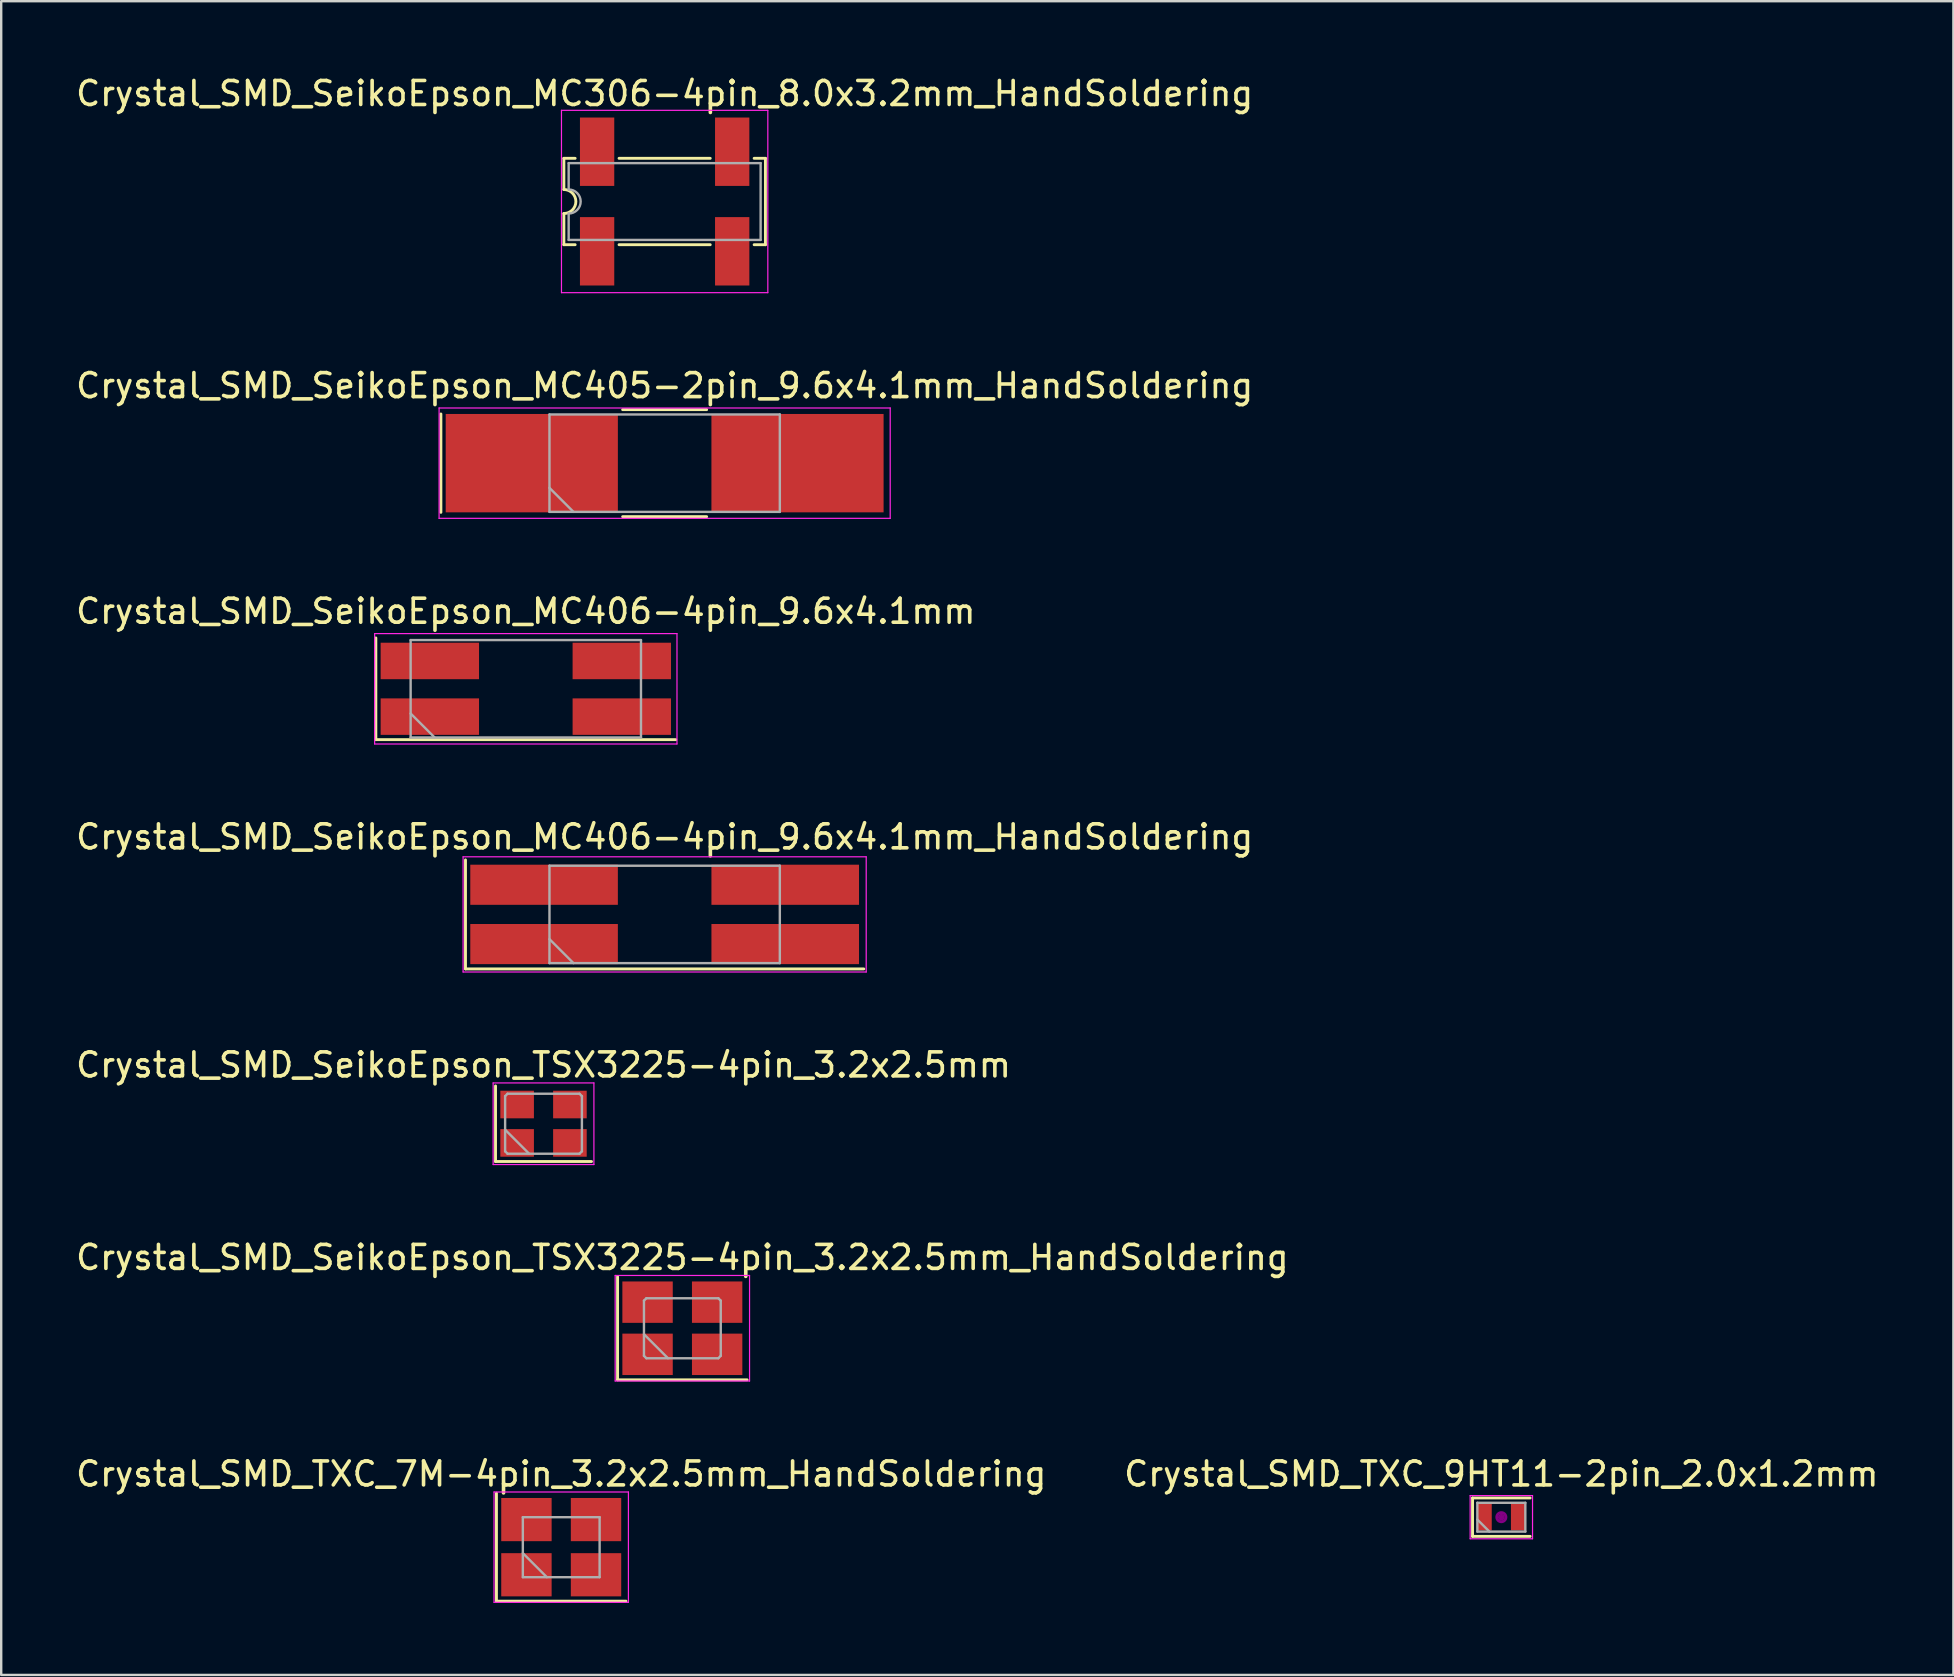
<source format=kicad_pcb>
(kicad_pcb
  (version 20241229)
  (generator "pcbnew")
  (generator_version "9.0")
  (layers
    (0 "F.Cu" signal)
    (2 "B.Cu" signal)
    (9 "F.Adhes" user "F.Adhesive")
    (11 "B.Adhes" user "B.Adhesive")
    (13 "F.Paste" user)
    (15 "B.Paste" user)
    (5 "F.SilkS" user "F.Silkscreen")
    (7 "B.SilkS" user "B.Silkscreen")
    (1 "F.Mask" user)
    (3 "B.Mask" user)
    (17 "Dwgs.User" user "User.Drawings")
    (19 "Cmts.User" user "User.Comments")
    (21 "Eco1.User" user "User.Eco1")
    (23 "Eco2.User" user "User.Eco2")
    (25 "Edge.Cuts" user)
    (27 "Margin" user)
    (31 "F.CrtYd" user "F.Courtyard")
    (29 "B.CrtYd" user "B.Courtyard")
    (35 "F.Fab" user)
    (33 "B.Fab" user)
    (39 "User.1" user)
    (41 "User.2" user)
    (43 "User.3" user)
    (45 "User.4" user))
  (footprint "Crystal_SMD_SeikoEpson_MC406-4pin_9.6x4.1mm"
    (layer "F.Cu")
    (at 18.863 25.655)
    (property "Reference" "Crystal_SMD_SeikoEpson_MC406-4pin_9.6x4.1mm" (at 0 -3.23 0) (layer "F.SilkS") (effects (font (size 1 1) (thickness 0.15))))
    (attr smd)
    (fp_line (start -6.25 -2.12) (end -6.25 2.12) (stroke (width 0.12) (type solid)) (layer "F.SilkS"))
    (fp_line (start -6.25 2.12) (end 6.25 2.12) (stroke (width 0.12) (type solid)) (layer "F.SilkS"))
    (fp_line (start -6.3 -2.3) (end -6.3 2.3) (stroke (width 0.05) (type solid)) (layer "F.CrtYd"))
    (fp_line (start -6.3 2.3) (end 6.3 2.3) (stroke (width 0.05) (type solid)) (layer "F.CrtYd"))
    (fp_line (start 6.3 -2.3) (end -6.3 -2.3) (stroke (width 0.05) (type solid)) (layer "F.CrtYd"))
    (fp_line (start 6.3 2.3) (end 6.3 -2.3) (stroke (width 0.05) (type solid)) (layer "F.CrtYd"))
    (fp_line (start -4.8 -2.03) (end -4.8 2.03) (stroke (width 0.1) (type solid)) (layer "F.Fab"))
    (fp_line (start -4.8 1.03) (end -3.8 2.03) (stroke (width 0.1) (type solid)) (layer "F.Fab"))
    (fp_line (start -4.8 2.03) (end 4.8 2.03) (stroke (width 0.1) (type solid)) (layer "F.Fab"))
    (fp_line (start 4.8 -2.03) (end -4.8 -2.03) (stroke (width 0.1) (type solid)) (layer "F.Fab"))
    (fp_line (start 4.8 2.03) (end 4.8 -2.03) (stroke (width 0.1) (type solid)) (layer "F.Fab"))
    (pad "1" smd rect (at -4 1.16) (size 4.1 1.52) (layers "F.Cu" "F.Mask"))
    (pad "2" smd rect (at 4 1.16) (size 4.1 1.52) (layers "F.Cu" "F.Mask"))
    (pad "3" smd rect (at 4 -1.16) (size 4.1 1.52) (layers "F.Cu" "F.Mask"))
    (pad "4" smd rect (at -4 -1.16) (size 4.1 1.52) (layers "F.Cu" "F.Mask")))
  (footprint "Crystal_SMD_TXC_7M-4pin_3.2x2.5mm_HandSoldering"
    (layer "F.Cu")
    (at 20.339 61.428)
    (property "Reference" "Crystal_SMD_TXC_7M-4pin_3.2x2.5mm_HandSoldering" (at 0 -3.05 0) (layer "F.SilkS") (effects (font (size 1 1) (thickness 0.15))))
    (attr smd)
    (fp_line (start -2.7 -2.25) (end -2.7 2.25) (stroke (width 0.12) (type solid)) (layer "F.SilkS"))
    (fp_line (start -2.7 2.25) (end 2.7 2.25) (stroke (width 0.12) (type solid)) (layer "F.SilkS"))
    (fp_line (start -2.8 -2.3) (end -2.8 2.3) (stroke (width 0.05) (type solid)) (layer "F.CrtYd"))
    (fp_line (start -2.8 2.3) (end 2.8 2.3) (stroke (width 0.05) (type solid)) (layer "F.CrtYd"))
    (fp_line (start 2.8 -2.3) (end -2.8 -2.3) (stroke (width 0.05) (type solid)) (layer "F.CrtYd"))
    (fp_line (start 2.8 2.3) (end 2.8 -2.3) (stroke (width 0.05) (type solid)) (layer "F.CrtYd"))
    (fp_line (start -1.6 -1.25) (end -1.6 1.25) (stroke (width 0.1) (type solid)) (layer "F.Fab"))
    (fp_line (start -1.6 0.25) (end -0.6 1.25) (stroke (width 0.1) (type solid)) (layer "F.Fab"))
    (fp_line (start -1.6 1.25) (end 1.6 1.25) (stroke (width 0.1) (type solid)) (layer "F.Fab"))
    (fp_line (start 1.6 -1.25) (end -1.6 -1.25) (stroke (width 0.1) (type solid)) (layer "F.Fab"))
    (fp_line (start 1.6 1.25) (end 1.6 -1.25) (stroke (width 0.1) (type solid)) (layer "F.Fab"))
    (pad "1" smd rect (at -1.45 1.15) (size 2.1 1.8) (layers "F.Cu" "F.Mask"))
    (pad "2" smd rect (at 1.45 1.15) (size 2.1 1.8) (layers "F.Cu" "F.Mask"))
    (pad "3" smd rect (at 1.45 -1.15) (size 2.1 1.8) (layers "F.Cu" "F.Mask"))
    (pad "4" smd rect (at -1.45 -1.15) (size 2.1 1.8) (layers "F.Cu" "F.Mask")))
  (footprint "Crystal_SMD_SeikoEpson_TSX3225-4pin_3.2x2.5mm"
    (layer "F.Cu")
    (at 19.601 43.781)
    (property "Reference" "Crystal_SMD_SeikoEpson_TSX3225-4pin_3.2x2.5mm" (at 0 -2.45 0) (layer "F.SilkS") (effects (font (size 1 1) (thickness 0.15))))
    (attr smd)
    (fp_line (start -2 -1.575) (end -2 1.575) (stroke (width 0.12) (type solid)) (layer "F.SilkS"))
    (fp_line (start -2 1.575) (end 2 1.575) (stroke (width 0.12) (type solid)) (layer "F.SilkS"))
    (fp_line (start -2.1 -1.7) (end -2.1 1.7) (stroke (width 0.05) (type solid)) (layer "F.CrtYd"))
    (fp_line (start -2.1 1.7) (end 2.1 1.7) (stroke (width 0.05) (type solid)) (layer "F.CrtYd"))
    (fp_line (start 2.1 -1.7) (end -2.1 -1.7) (stroke (width 0.05) (type solid)) (layer "F.CrtYd"))
    (fp_line (start 2.1 1.7) (end 2.1 -1.7) (stroke (width 0.05) (type solid)) (layer "F.CrtYd"))
    (fp_line (start -1.6 -1.15) (end -1.5 -1.25) (stroke (width 0.1) (type solid)) (layer "F.Fab"))
    (fp_line (start -1.6 0.25) (end -0.6 1.25) (stroke (width 0.1) (type solid)) (layer "F.Fab"))
    (fp_line (start -1.6 1.15) (end -1.6 -1.15) (stroke (width 0.1) (type solid)) (layer "F.Fab"))
    (fp_line (start -1.5 -1.25) (end 1.5 -1.25) (stroke (width 0.1) (type solid)) (layer "F.Fab"))
    (fp_line (start -1.5 1.25) (end -1.6 1.15) (stroke (width 0.1) (type solid)) (layer "F.Fab"))
    (fp_line (start 1.5 -1.25) (end 1.6 -1.15) (stroke (width 0.1) (type solid)) (layer "F.Fab"))
    (fp_line (start 1.5 1.25) (end -1.5 1.25) (stroke (width 0.1) (type solid)) (layer "F.Fab"))
    (fp_line (start 1.6 -1.15) (end 1.6 1.15) (stroke (width 0.1) (type solid)) (layer "F.Fab"))
    (fp_line (start 1.6 1.15) (end 1.5 1.25) (stroke (width 0.1) (type solid)) (layer "F.Fab"))
    (pad "1" smd rect (at -1.1 0.8) (size 1.4 1.15) (layers "F.Cu" "F.Mask"))
    (pad "2" smd rect (at 1.1 0.8) (size 1.4 1.15) (layers "F.Cu" "F.Mask"))
    (pad "3" smd rect (at 1.1 -0.8) (size 1.4 1.15) (layers "F.Cu" "F.Mask"))
    (pad "4" smd rect (at -1.1 -0.8) (size 1.4 1.15) (layers "F.Cu" "F.Mask")))
  (footprint "Crystal_SMD_SeikoEpson_MC405-2pin_9.6x4.1mm_HandSoldering"
    (layer "F.Cu")
    (at 24.649 16.252)
    (property "Reference" "Crystal_SMD_SeikoEpson_MC405-2pin_9.6x4.1mm_HandSoldering" (at 0 -3.23 0) (layer "F.SilkS") (effects (font (size 1 1) (thickness 0.15))))
    (attr smd)
    (fp_line (start -9.325 -2.05) (end -9.325 2.05) (stroke (width 0.12) (type solid)) (layer "F.SilkS"))
    (fp_line (start -1.75 -2.23) (end 1.75 -2.23) (stroke (width 0.12) (type solid)) (layer "F.SilkS"))
    (fp_line (start -1.75 2.23) (end 1.75 2.23) (stroke (width 0.12) (type solid)) (layer "F.SilkS"))
    (fp_line (start -9.4 -2.3) (end -9.4 2.3) (stroke (width 0.05) (type solid)) (layer "F.CrtYd"))
    (fp_line (start -9.4 2.3) (end 9.4 2.3) (stroke (width 0.05) (type solid)) (layer "F.CrtYd"))
    (fp_line (start 9.4 -2.3) (end -9.4 -2.3) (stroke (width 0.05) (type solid)) (layer "F.CrtYd"))
    (fp_line (start 9.4 2.3) (end 9.4 -2.3) (stroke (width 0.05) (type solid)) (layer "F.CrtYd"))
    (fp_line (start -4.8 -2.03) (end -4.8 2.03) (stroke (width 0.1) (type solid)) (layer "F.Fab"))
    (fp_line (start -4.8 1.03) (end -3.8 2.03) (stroke (width 0.1) (type solid)) (layer "F.Fab"))
    (fp_line (start -4.8 2.03) (end 4.8 2.03) (stroke (width 0.1) (type solid)) (layer "F.Fab"))
    (fp_line (start 4.8 -2.03) (end -4.8 -2.03) (stroke (width 0.1) (type solid)) (layer "F.Fab"))
    (fp_line (start 4.8 2.03) (end 4.8 -2.03) (stroke (width 0.1) (type solid)) (layer "F.Fab"))
    (pad "1" smd rect (at -5.537 0) (size 7.175 4.1) (layers "F.Cu" "F.Mask"))
    (pad "2" smd rect (at 5.537 0) (size 7.175 4.1) (layers "F.Cu" "F.Mask")))
  (footprint "Crystal_SMD_SeikoEpson_MC406-4pin_9.6x4.1mm_HandSoldering"
    (layer "F.Cu")
    (at 24.649 35.058)
    (property "Reference" "Crystal_SMD_SeikoEpson_MC406-4pin_9.6x4.1mm_HandSoldering" (at 0 -3.23 0) (layer "F.SilkS") (effects (font (size 1 1) (thickness 0.15))))
    (attr smd)
    (fp_line (start -8.3 -2.272) (end -8.3 2.272) (stroke (width 0.12) (type solid)) (layer "F.SilkS"))
    (fp_line (start -8.3 2.272) (end 8.3 2.272) (stroke (width 0.12) (type solid)) (layer "F.SilkS"))
    (fp_line (start -8.4 -2.4) (end -8.4 2.4) (stroke (width 0.05) (type solid)) (layer "F.CrtYd"))
    (fp_line (start -8.4 2.4) (end 8.4 2.4) (stroke (width 0.05) (type solid)) (layer "F.CrtYd"))
    (fp_line (start 8.4 -2.4) (end -8.4 -2.4) (stroke (width 0.05) (type solid)) (layer "F.CrtYd"))
    (fp_line (start 8.4 2.4) (end 8.4 -2.4) (stroke (width 0.05) (type solid)) (layer "F.CrtYd"))
    (fp_line (start -4.8 -2.03) (end -4.8 2.03) (stroke (width 0.1) (type solid)) (layer "F.Fab"))
    (fp_line (start -4.8 1.03) (end -3.8 2.03) (stroke (width 0.1) (type solid)) (layer "F.Fab"))
    (fp_line (start -4.8 2.03) (end 4.8 2.03) (stroke (width 0.1) (type solid)) (layer "F.Fab"))
    (fp_line (start 4.8 -2.03) (end -4.8 -2.03) (stroke (width 0.1) (type solid)) (layer "F.Fab"))
    (fp_line (start 4.8 2.03) (end 4.8 -2.03) (stroke (width 0.1) (type solid)) (layer "F.Fab"))
    (pad "1" smd rect (at -5.025 1.236) (size 6.15 1.672) (layers "F.Cu" "F.Mask"))
    (pad "2" smd rect (at 5.025 1.236) (size 6.15 1.672) (layers "F.Cu" "F.Mask"))
    (pad "3" smd rect (at 5.025 -1.236) (size 6.15 1.672) (layers "F.Cu" "F.Mask"))
    (pad "4" smd rect (at -5.025 -1.236) (size 6.15 1.672) (layers "F.Cu" "F.Mask")))
  (footprint "Crystal_SMD_TXC_9HT11-2pin_2.0x1.2mm"
    (layer "F.Cu")
    (at 59.518 60.178)
    (property "Reference" "Crystal_SMD_TXC_9HT11-2pin_2.0x1.2mm" (at 0 -1.8 0) (layer "F.SilkS") (effects (font (size 1 1) (thickness 0.15))))
    (attr smd)
    (fp_line (start -1.2 -0.8) (end -1.2 0.8) (stroke (width 0.12) (type solid)) (layer "F.SilkS"))
    (fp_line (start -1.2 0.8) (end 1.2 0.8) (stroke (width 0.12) (type solid)) (layer "F.SilkS"))
    (fp_line (start 1.2 -0.8) (end -1.2 -0.8) (stroke (width 0.12) (type solid)) (layer "F.SilkS"))
    (fp_circle (center 0 0) (end 0.047 0) (stroke (width 0.093) (type solid)) (fill no) (layer "F.Adhes"))
    (fp_circle (center 0 0) (end 0.107 0) (stroke (width 0.067) (type solid)) (fill no) (layer "F.Adhes"))
    (fp_circle (center 0 0) (end 0.167 0) (stroke (width 0.067) (type solid)) (fill no) (layer "F.Adhes"))
    (fp_circle (center 0 0) (end 0.2 0) (stroke (width 0.1) (type solid)) (fill no) (layer "F.Adhes"))
    (fp_line (start -1.3 -0.9) (end -1.3 0.9) (stroke (width 0.05) (type solid)) (layer "F.CrtYd"))
    (fp_line (start -1.3 0.9) (end 1.3 0.9) (stroke (width 0.05) (type solid)) (layer "F.CrtYd"))
    (fp_line (start 1.3 -0.9) (end -1.3 -0.9) (stroke (width 0.05) (type solid)) (layer "F.CrtYd"))
    (fp_line (start 1.3 0.9) (end 1.3 -0.9) (stroke (width 0.05) (type solid)) (layer "F.CrtYd"))
    (fp_line (start -1 -0.6) (end -1 0.6) (stroke (width 0.1) (type solid)) (layer "F.Fab"))
    (fp_line (start -1 0.1) (end -0.5 0.6) (stroke (width 0.1) (type solid)) (layer "F.Fab"))
    (fp_line (start -1 0.6) (end 1 0.6) (stroke (width 0.1) (type solid)) (layer "F.Fab"))
    (fp_line (start 1 -0.6) (end -1 -0.6) (stroke (width 0.1) (type solid)) (layer "F.Fab"))
    (fp_line (start 1 0.6) (end 1 -0.6) (stroke (width 0.1) (type solid)) (layer "F.Fab"))
    (pad "1" smd rect (at -0.7 0) (size 0.6 1.1) (layers "F.Cu" "F.Mask"))
    (pad "2" smd rect (at 0.7 0) (size 0.6 1.1) (layers "F.Cu" "F.Mask")))
  (footprint "Crystal_SMD_SeikoEpson_MC306-4pin_8.0x3.2mm_HandSoldering"
    (layer "F.Cu")
    (at 24.649 5.348)
    (property "Reference" "Crystal_SMD_SeikoEpson_MC306-4pin_8.0x3.2mm_HandSoldering" (at 0 -4.5 0) (layer "F.SilkS") (effects (font (size 1 1) (thickness 0.15))))
    (attr smd)
    (fp_line (start -4.2 -1.8) (end -3.73 -1.8) (stroke (width 0.12) (type solid)) (layer "F.SilkS"))
    (fp_line (start -4.2 -0.5) (end -4.2 -1.8) (stroke (width 0.12) (type solid)) (layer "F.SilkS"))
    (fp_line (start -4.2 1.8) (end -4.2 0.5) (stroke (width 0.12) (type solid)) (layer "F.SilkS"))
    (fp_line (start -4.2 1.8) (end -3.73 1.8) (stroke (width 0.12) (type solid)) (layer "F.SilkS"))
    (fp_line (start -1.9 -1.8) (end 1.9 -1.8) (stroke (width 0.12) (type solid)) (layer "F.SilkS"))
    (fp_line (start 1.9 1.8) (end -1.9 1.8) (stroke (width 0.12) (type solid)) (layer "F.SilkS"))
    (fp_line (start 3.73 -1.8) (end 4.2 -1.8) (stroke (width 0.12) (type solid)) (layer "F.SilkS"))
    (fp_line (start 4.2 -1.8) (end 4.2 1.8) (stroke (width 0.12) (type solid)) (layer "F.SilkS"))
    (fp_line (start 4.2 1.8) (end 3.73 1.8) (stroke (width 0.12) (type solid)) (layer "F.SilkS"))
    (fp_arc (start -4.2 -0.5) (mid -3.7 0) (end -4.2 0.5) (stroke (width 0.12) (type solid)) (layer "F.SilkS"))
    (fp_line (start -4.3 -3.8) (end -4.3 3.8) (stroke (width 0.05) (type solid)) (layer "F.CrtYd"))
    (fp_line (start -4.3 3.8) (end 4.3 3.8) (stroke (width 0.05) (type solid)) (layer "F.CrtYd"))
    (fp_line (start 4.3 -3.8) (end -4.3 -3.8) (stroke (width 0.05) (type solid)) (layer "F.CrtYd"))
    (fp_line (start 4.3 3.8) (end 4.3 -3.8) (stroke (width 0.05) (type solid)) (layer "F.CrtYd"))
    (fp_line (start -4 -1.6) (end 4 -1.6) (stroke (width 0.1) (type solid)) (layer "F.Fab"))
    (fp_line (start -4 -0.5) (end -4 -1.6) (stroke (width 0.1) (type solid)) (layer "F.Fab"))
    (fp_line (start -4 1.6) (end -4 0.5) (stroke (width 0.1) (type solid)) (layer "F.Fab"))
    (fp_line (start 4 -1.6) (end 4 1.6) (stroke (width 0.1) (type solid)) (layer "F.Fab"))
    (fp_line (start 4 1.6) (end -4 1.6) (stroke (width 0.1) (type solid)) (layer "F.Fab"))
    (fp_arc (start -4 -0.5) (mid -3.5 0) (end -4 0.5) (stroke (width 0.1) (type solid)) (layer "F.Fab"))
    (pad "1" smd rect (at -2.815 2.075) (size 1.43 2.85) (layers "F.Cu" "F.Mask"))
    (pad "2" smd rect (at 2.815 2.075) (size 1.43 2.85) (layers "F.Cu" "F.Mask"))
    (pad "3" smd rect (at 2.815 -2.075) (size 1.43 2.85) (layers "F.Cu" "F.Mask"))
    (pad "4" smd rect (at -2.815 -2.075) (size 1.43 2.85) (layers "F.Cu" "F.Mask")))
  (footprint "Crystal_SMD_SeikoEpson_TSX3225-4pin_3.2x2.5mm_HandSoldering"
    (layer "F.Cu")
    (at 25.387 52.304)
    (property "Reference" "Crystal_SMD_SeikoEpson_TSX3225-4pin_3.2x2.5mm_HandSoldering" (at 0 -2.95 0) (layer "F.SilkS") (effects (font (size 1 1) (thickness 0.15))))
    (attr smd)
    (fp_line (start -2.7 -2.15) (end -2.7 2.15) (stroke (width 0.12) (type solid)) (layer "F.SilkS"))
    (fp_line (start -2.7 2.15) (end 2.7 2.15) (stroke (width 0.12) (type solid)) (layer "F.SilkS"))
    (fp_line (start -2.8 -2.2) (end -2.8 2.2) (stroke (width 0.05) (type solid)) (layer "F.CrtYd"))
    (fp_line (start -2.8 2.2) (end 2.8 2.2) (stroke (width 0.05) (type solid)) (layer "F.CrtYd"))
    (fp_line (start 2.8 -2.2) (end -2.8 -2.2) (stroke (width 0.05) (type solid)) (layer "F.CrtYd"))
    (fp_line (start 2.8 2.2) (end 2.8 -2.2) (stroke (width 0.05) (type solid)) (layer "F.CrtYd"))
    (fp_line (start -1.6 -1.15) (end -1.5 -1.25) (stroke (width 0.1) (type solid)) (layer "F.Fab"))
    (fp_line (start -1.6 0.25) (end -0.6 1.25) (stroke (width 0.1) (type solid)) (layer "F.Fab"))
    (fp_line (start -1.6 1.15) (end -1.6 -1.15) (stroke (width 0.1) (type solid)) (layer "F.Fab"))
    (fp_line (start -1.5 -1.25) (end 1.5 -1.25) (stroke (width 0.1) (type solid)) (layer "F.Fab"))
    (fp_line (start -1.5 1.25) (end -1.6 1.15) (stroke (width 0.1) (type solid)) (layer "F.Fab"))
    (fp_line (start 1.5 -1.25) (end 1.6 -1.15) (stroke (width 0.1) (type solid)) (layer "F.Fab"))
    (fp_line (start 1.5 1.25) (end -1.5 1.25) (stroke (width 0.1) (type solid)) (layer "F.Fab"))
    (fp_line (start 1.6 -1.15) (end 1.6 1.15) (stroke (width 0.1) (type solid)) (layer "F.Fab"))
    (fp_line (start 1.6 1.15) (end 1.5 1.25) (stroke (width 0.1) (type solid)) (layer "F.Fab"))
    (pad "1" smd rect (at -1.45 1.087) (size 2.1 1.725) (layers "F.Cu" "F.Mask"))
    (pad "2" smd rect (at 1.45 1.087) (size 2.1 1.725) (layers "F.Cu" "F.Mask"))
    (pad "3" smd rect (at 1.45 -1.087) (size 2.1 1.725) (layers "F.Cu" "F.Mask"))
    (pad "4" smd rect (at -1.45 -1.087) (size 2.1 1.725) (layers "F.Cu" "F.Mask")))
  (gr_rect
    (start -3 -3)
    (end 78.357 66.753)
    (stroke (width 0.1) (type default))
    (fill no)
    (layer "Edge.Cuts")))
</source>
